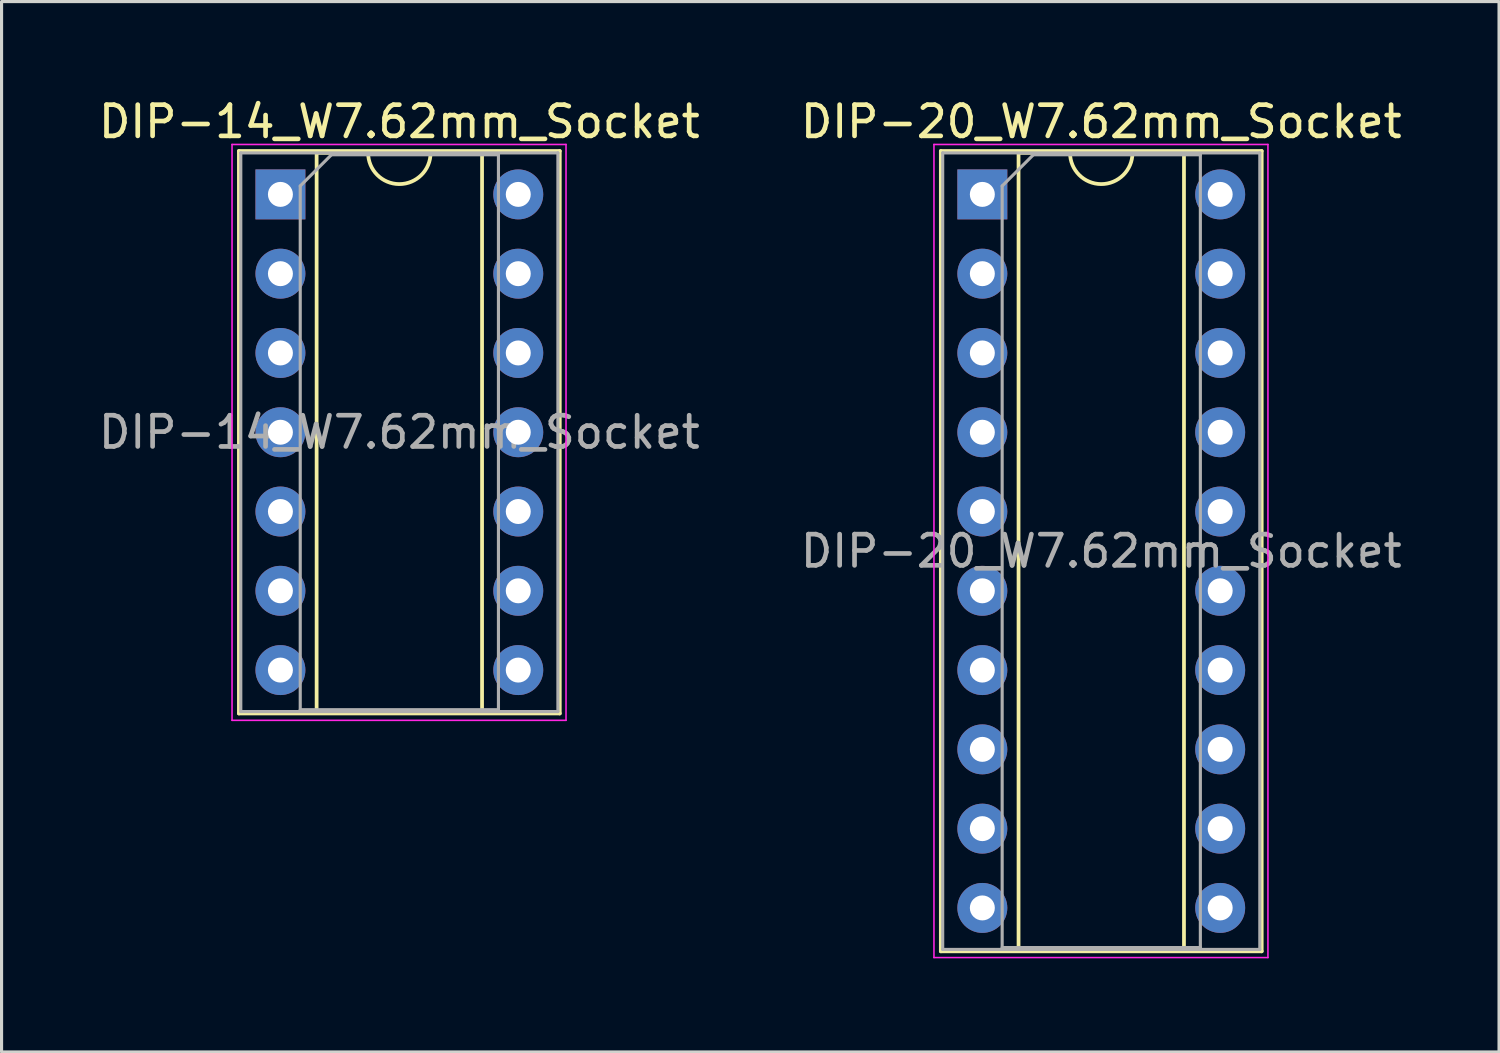
<source format=kicad_pcb>
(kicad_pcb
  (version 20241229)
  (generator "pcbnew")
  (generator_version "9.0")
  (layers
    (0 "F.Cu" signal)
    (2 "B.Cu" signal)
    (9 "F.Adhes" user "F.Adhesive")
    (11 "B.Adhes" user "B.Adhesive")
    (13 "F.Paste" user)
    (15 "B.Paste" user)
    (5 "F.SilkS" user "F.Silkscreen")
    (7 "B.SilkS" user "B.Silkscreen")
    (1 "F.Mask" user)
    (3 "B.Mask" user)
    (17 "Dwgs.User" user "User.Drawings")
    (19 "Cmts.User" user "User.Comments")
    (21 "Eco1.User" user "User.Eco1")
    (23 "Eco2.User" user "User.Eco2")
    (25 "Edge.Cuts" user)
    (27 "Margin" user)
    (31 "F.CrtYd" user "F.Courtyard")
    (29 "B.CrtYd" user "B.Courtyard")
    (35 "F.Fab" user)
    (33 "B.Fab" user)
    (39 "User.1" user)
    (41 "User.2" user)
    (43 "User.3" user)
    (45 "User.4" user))
  (footprint "DIP-20_W7.62mm_Socket"
    (layer "F.Cu")
    (at 28.422 3.178)
    (property "Reference" "DIP-20_W7.62mm_Socket" (at 3.81 -2.33 0) (layer "F.SilkS") (effects (font (size 1 1) (thickness 0.15))))
    (attr through_hole)
    (fp_line (start -1.33 -1.39) (end -1.33 24.25) (stroke (width 0.12) (type solid)) (layer "F.SilkS"))
    (fp_line (start -1.33 24.25) (end 8.95 24.25) (stroke (width 0.12) (type solid)) (layer "F.SilkS"))
    (fp_line (start 1.16 -1.33) (end 1.16 24.19) (stroke (width 0.12) (type solid)) (layer "F.SilkS"))
    (fp_line (start 1.16 24.19) (end 6.46 24.19) (stroke (width 0.12) (type solid)) (layer "F.SilkS"))
    (fp_line (start 2.81 -1.33) (end 1.16 -1.33) (stroke (width 0.12) (type solid)) (layer "F.SilkS"))
    (fp_line (start 6.46 -1.33) (end 4.81 -1.33) (stroke (width 0.12) (type solid)) (layer "F.SilkS"))
    (fp_line (start 6.46 24.19) (end 6.46 -1.33) (stroke (width 0.12) (type solid)) (layer "F.SilkS"))
    (fp_line (start 8.95 -1.39) (end -1.33 -1.39) (stroke (width 0.12) (type solid)) (layer "F.SilkS"))
    (fp_line (start 8.95 24.25) (end 8.95 -1.39) (stroke (width 0.12) (type solid)) (layer "F.SilkS"))
    (fp_arc (start 4.81 -1.33) (mid 3.81 -0.33) (end 2.81 -1.33) (stroke (width 0.12) (type solid)) (layer "F.SilkS"))
    (fp_line (start -1.55 -1.6) (end -1.55 24.45) (stroke (width 0.05) (type solid)) (layer "F.CrtYd"))
    (fp_line (start -1.55 24.45) (end 9.15 24.45) (stroke (width 0.05) (type solid)) (layer "F.CrtYd"))
    (fp_line (start 9.15 -1.6) (end -1.55 -1.6) (stroke (width 0.05) (type solid)) (layer "F.CrtYd"))
    (fp_line (start 9.15 24.45) (end 9.15 -1.6) (stroke (width 0.05) (type solid)) (layer "F.CrtYd"))
    (fp_line (start -1.27 -1.33) (end -1.27 24.19) (stroke (width 0.1) (type solid)) (layer "F.Fab"))
    (fp_line (start -1.27 24.19) (end 8.89 24.19) (stroke (width 0.1) (type solid)) (layer "F.Fab"))
    (fp_line (start 0.635 -0.27) (end 1.635 -1.27) (stroke (width 0.1) (type solid)) (layer "F.Fab"))
    (fp_line (start 0.635 24.13) (end 0.635 -0.27) (stroke (width 0.1) (type solid)) (layer "F.Fab"))
    (fp_line (start 1.635 -1.27) (end 6.985 -1.27) (stroke (width 0.1) (type solid)) (layer "F.Fab"))
    (fp_line (start 6.985 -1.27) (end 6.985 24.13) (stroke (width 0.1) (type solid)) (layer "F.Fab"))
    (fp_line (start 6.985 24.13) (end 0.635 24.13) (stroke (width 0.1) (type solid)) (layer "F.Fab"))
    (fp_line (start 8.89 -1.33) (end -1.27 -1.33) (stroke (width 0.1) (type solid)) (layer "F.Fab"))
    (fp_line (start 8.89 24.19) (end 8.89 -1.33) (stroke (width 0.1) (type solid)) (layer "F.Fab"))
    (fp_text user "${REFERENCE}" (at 3.81 11.43 0) (layer "F.Fab") (effects (font (size 1 1) (thickness 0.15))))
    (pad "1" thru_hole rect (at 0 0) (size 1.6 1.6) (drill 0.8) (layers "*.Cu" "*.Mask"))
    (pad "2" thru_hole oval (at 0 2.54) (size 1.6 1.6) (drill 0.8) (layers "*.Cu" "*.Mask"))
    (pad "3" thru_hole oval (at 0 5.08) (size 1.6 1.6) (drill 0.8) (layers "*.Cu" "*.Mask"))
    (pad "4" thru_hole oval (at 0 7.62) (size 1.6 1.6) (drill 0.8) (layers "*.Cu" "*.Mask"))
    (pad "5" thru_hole oval (at 0 10.16) (size 1.6 1.6) (drill 0.8) (layers "*.Cu" "*.Mask"))
    (pad "6" thru_hole oval (at 0 12.7) (size 1.6 1.6) (drill 0.8) (layers "*.Cu" "*.Mask"))
    (pad "7" thru_hole oval (at 0 15.24) (size 1.6 1.6) (drill 0.8) (layers "*.Cu" "*.Mask"))
    (pad "8" thru_hole oval (at 0 17.78) (size 1.6 1.6) (drill 0.8) (layers "*.Cu" "*.Mask"))
    (pad "9" thru_hole oval (at 0 20.32) (size 1.6 1.6) (drill 0.8) (layers "*.Cu" "*.Mask"))
    (pad "10" thru_hole oval (at 0 22.86) (size 1.6 1.6) (drill 0.8) (layers "*.Cu" "*.Mask"))
    (pad "11" thru_hole oval (at 7.62 22.86) (size 1.6 1.6) (drill 0.8) (layers "*.Cu" "*.Mask"))
    (pad "12" thru_hole oval (at 7.62 20.32) (size 1.6 1.6) (drill 0.8) (layers "*.Cu" "*.Mask"))
    (pad "13" thru_hole oval (at 7.62 17.78) (size 1.6 1.6) (drill 0.8) (layers "*.Cu" "*.Mask"))
    (pad "14" thru_hole oval (at 7.62 15.24) (size 1.6 1.6) (drill 0.8) (layers "*.Cu" "*.Mask"))
    (pad "15" thru_hole oval (at 7.62 12.7) (size 1.6 1.6) (drill 0.8) (layers "*.Cu" "*.Mask"))
    (pad "16" thru_hole oval (at 7.62 10.16) (size 1.6 1.6) (drill 0.8) (layers "*.Cu" "*.Mask"))
    (pad "17" thru_hole oval (at 7.62 7.62) (size 1.6 1.6) (drill 0.8) (layers "*.Cu" "*.Mask"))
    (pad "18" thru_hole oval (at 7.62 5.08) (size 1.6 1.6) (drill 0.8) (layers "*.Cu" "*.Mask"))
    (pad "19" thru_hole oval (at 7.62 2.54) (size 1.6 1.6) (drill 0.8) (layers "*.Cu" "*.Mask"))
    (pad "20" thru_hole oval (at 7.62 0) (size 1.6 1.6) (drill 0.8) (layers "*.Cu" "*.Mask")))
  (footprint "DIP-14_W7.62mm_Socket"
    (layer "F.Cu")
    (at 5.934 3.178)
    (property "Reference" "DIP-14_W7.62mm_Socket" (at 3.81 -2.33 0) (layer "F.SilkS") (effects (font (size 1 1) (thickness 0.15))))
    (attr through_hole)
    (fp_line (start -1.33 -1.39) (end -1.33 16.63) (stroke (width 0.12) (type solid)) (layer "F.SilkS"))
    (fp_line (start -1.33 16.63) (end 8.95 16.63) (stroke (width 0.12) (type solid)) (layer "F.SilkS"))
    (fp_line (start 1.16 -1.33) (end 1.16 16.57) (stroke (width 0.12) (type solid)) (layer "F.SilkS"))
    (fp_line (start 1.16 16.57) (end 6.46 16.57) (stroke (width 0.12) (type solid)) (layer "F.SilkS"))
    (fp_line (start 2.81 -1.33) (end 1.16 -1.33) (stroke (width 0.12) (type solid)) (layer "F.SilkS"))
    (fp_line (start 6.46 -1.33) (end 4.81 -1.33) (stroke (width 0.12) (type solid)) (layer "F.SilkS"))
    (fp_line (start 6.46 16.57) (end 6.46 -1.33) (stroke (width 0.12) (type solid)) (layer "F.SilkS"))
    (fp_line (start 8.95 -1.39) (end -1.33 -1.39) (stroke (width 0.12) (type solid)) (layer "F.SilkS"))
    (fp_line (start 8.95 16.63) (end 8.95 -1.39) (stroke (width 0.12) (type solid)) (layer "F.SilkS"))
    (fp_arc (start 4.81 -1.33) (mid 3.81 -0.33) (end 2.81 -1.33) (stroke (width 0.12) (type solid)) (layer "F.SilkS"))
    (fp_line (start -1.55 -1.6) (end -1.55 16.85) (stroke (width 0.05) (type solid)) (layer "F.CrtYd"))
    (fp_line (start -1.55 16.85) (end 9.15 16.85) (stroke (width 0.05) (type solid)) (layer "F.CrtYd"))
    (fp_line (start 9.15 -1.6) (end -1.55 -1.6) (stroke (width 0.05) (type solid)) (layer "F.CrtYd"))
    (fp_line (start 9.15 16.85) (end 9.15 -1.6) (stroke (width 0.05) (type solid)) (layer "F.CrtYd"))
    (fp_line (start -1.27 -1.33) (end -1.27 16.57) (stroke (width 0.1) (type solid)) (layer "F.Fab"))
    (fp_line (start -1.27 16.57) (end 8.89 16.57) (stroke (width 0.1) (type solid)) (layer "F.Fab"))
    (fp_line (start 0.635 -0.27) (end 1.635 -1.27) (stroke (width 0.1) (type solid)) (layer "F.Fab"))
    (fp_line (start 0.635 16.51) (end 0.635 -0.27) (stroke (width 0.1) (type solid)) (layer "F.Fab"))
    (fp_line (start 1.635 -1.27) (end 6.985 -1.27) (stroke (width 0.1) (type solid)) (layer "F.Fab"))
    (fp_line (start 6.985 -1.27) (end 6.985 16.51) (stroke (width 0.1) (type solid)) (layer "F.Fab"))
    (fp_line (start 6.985 16.51) (end 0.635 16.51) (stroke (width 0.1) (type solid)) (layer "F.Fab"))
    (fp_line (start 8.89 -1.33) (end -1.27 -1.33) (stroke (width 0.1) (type solid)) (layer "F.Fab"))
    (fp_line (start 8.89 16.57) (end 8.89 -1.33) (stroke (width 0.1) (type solid)) (layer "F.Fab"))
    (fp_text user "${REFERENCE}" (at 3.81 7.62 0) (layer "F.Fab") (effects (font (size 1 1) (thickness 0.15))))
    (pad "1" thru_hole rect (at 0 0) (size 1.6 1.6) (drill 0.8) (layers "*.Cu" "*.Mask"))
    (pad "2" thru_hole oval (at 0 2.54) (size 1.6 1.6) (drill 0.8) (layers "*.Cu" "*.Mask"))
    (pad "3" thru_hole oval (at 0 5.08) (size 1.6 1.6) (drill 0.8) (layers "*.Cu" "*.Mask"))
    (pad "4" thru_hole oval (at 0 7.62) (size 1.6 1.6) (drill 0.8) (layers "*.Cu" "*.Mask"))
    (pad "5" thru_hole oval (at 0 10.16) (size 1.6 1.6) (drill 0.8) (layers "*.Cu" "*.Mask"))
    (pad "6" thru_hole oval (at 0 12.7) (size 1.6 1.6) (drill 0.8) (layers "*.Cu" "*.Mask"))
    (pad "7" thru_hole oval (at 0 15.24) (size 1.6 1.6) (drill 0.8) (layers "*.Cu" "*.Mask"))
    (pad "8" thru_hole oval (at 7.62 15.24) (size 1.6 1.6) (drill 0.8) (layers "*.Cu" "*.Mask"))
    (pad "9" thru_hole oval (at 7.62 12.7) (size 1.6 1.6) (drill 0.8) (layers "*.Cu" "*.Mask"))
    (pad "10" thru_hole oval (at 7.62 10.16) (size 1.6 1.6) (drill 0.8) (layers "*.Cu" "*.Mask"))
    (pad "11" thru_hole oval (at 7.62 7.62) (size 1.6 1.6) (drill 0.8) (layers "*.Cu" "*.Mask"))
    (pad "12" thru_hole oval (at 7.62 5.08) (size 1.6 1.6) (drill 0.8) (layers "*.Cu" "*.Mask"))
    (pad "13" thru_hole oval (at 7.62 2.54) (size 1.6 1.6) (drill 0.8) (layers "*.Cu" "*.Mask"))
    (pad "14" thru_hole oval (at 7.62 0) (size 1.6 1.6) (drill 0.8) (layers "*.Cu" "*.Mask")))
  (gr_rect
    (start -3 -3)
    (end 44.976 30.653)
    (stroke (width 0.1) (type default))
    (fill no)
    (layer "Edge.Cuts")))
</source>
